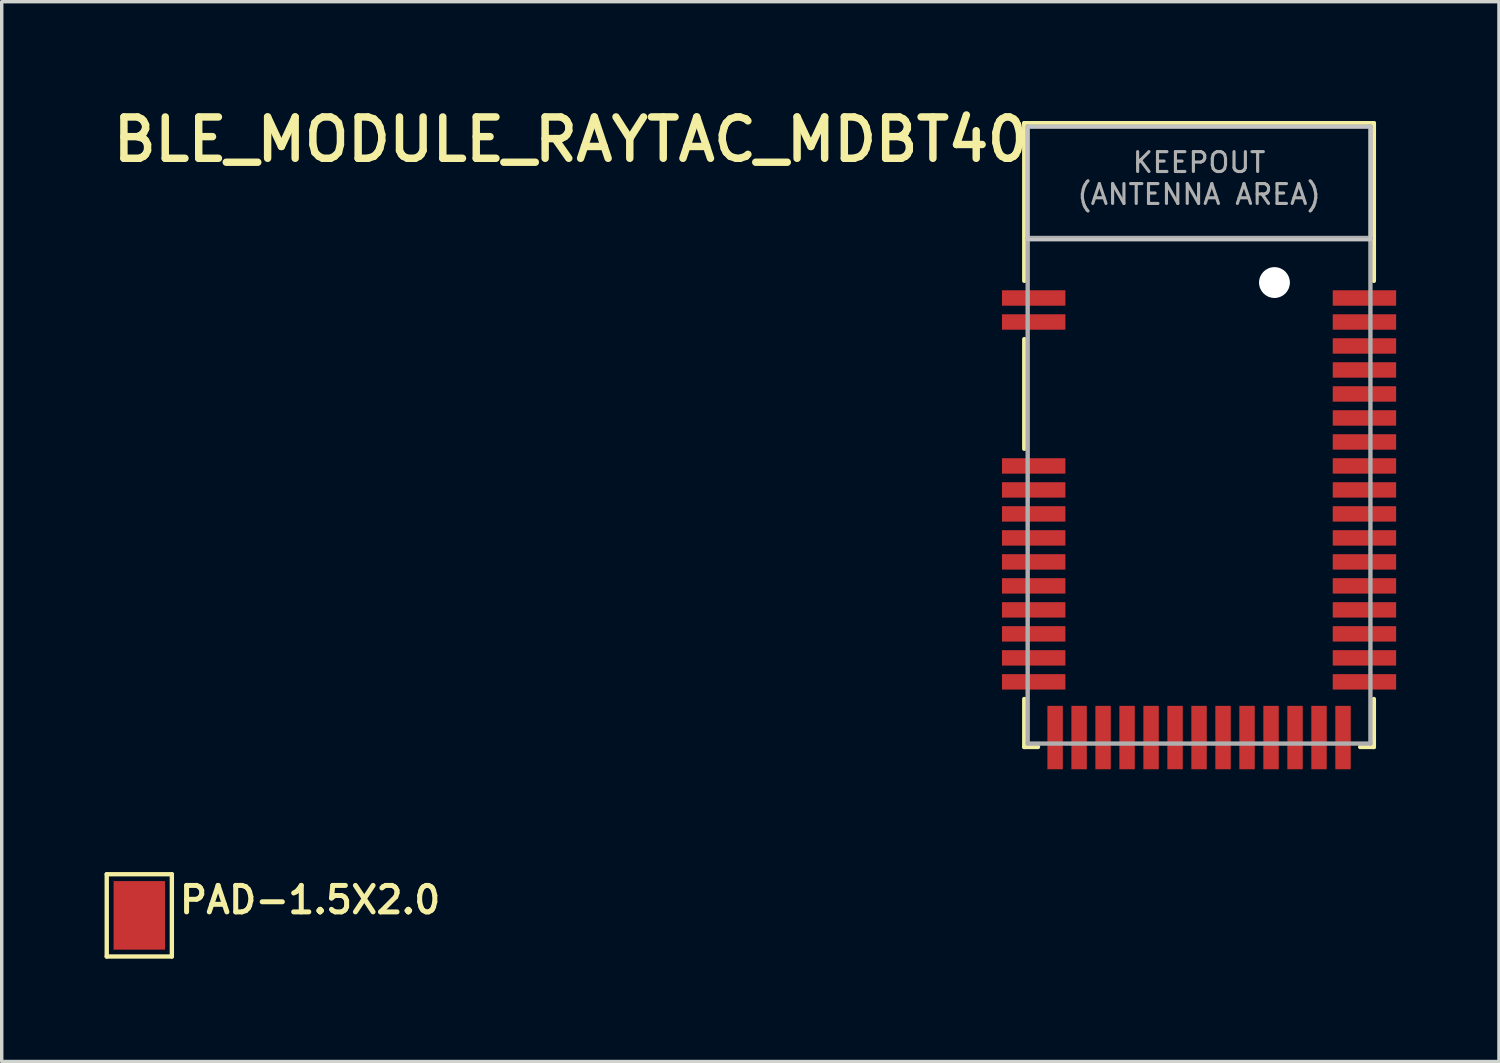
<source format=kicad_pcb>
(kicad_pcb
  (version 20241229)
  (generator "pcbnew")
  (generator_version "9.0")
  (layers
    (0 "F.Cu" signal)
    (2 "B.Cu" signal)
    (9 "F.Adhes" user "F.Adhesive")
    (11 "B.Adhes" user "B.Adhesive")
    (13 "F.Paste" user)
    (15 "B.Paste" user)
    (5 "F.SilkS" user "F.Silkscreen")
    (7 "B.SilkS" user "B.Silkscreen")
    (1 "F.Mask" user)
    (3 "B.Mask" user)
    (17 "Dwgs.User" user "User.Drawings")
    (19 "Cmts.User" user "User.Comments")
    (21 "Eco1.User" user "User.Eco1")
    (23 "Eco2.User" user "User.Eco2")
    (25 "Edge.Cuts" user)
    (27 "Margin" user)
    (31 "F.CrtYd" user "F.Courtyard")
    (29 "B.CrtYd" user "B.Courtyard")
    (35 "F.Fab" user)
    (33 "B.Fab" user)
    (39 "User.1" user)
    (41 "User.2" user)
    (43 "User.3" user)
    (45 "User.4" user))
  (footprint "PAD-1.5X2.0"
    (layer "F.Cu")
    (at 1.014 23.657)
    (property "Reference" "PAD-1.5X2.0" (at 1.1 0 0) (layer "F.SilkS") (effects (font (size 0.772 0.772) (thickness 0.146)) (justify left bottom)))
    (attr through_hole)
    (fp_line (start -0.95 -1.2) (end 0.95 -1.2) (stroke (width 0.127) (type solid)) (layer "F.SilkS"))
    (fp_line (start -0.95 1.2) (end -0.95 -1.2) (stroke (width 0.127) (type solid)) (layer "F.SilkS"))
    (fp_line (start 0.95 -1.2) (end 0.95 1.2) (stroke (width 0.127) (type solid)) (layer "F.SilkS"))
    (fp_line (start 0.95 1.2) (end -0.95 1.2) (stroke (width 0.127) (type solid)) (layer "F.SilkS"))
    (pad "P$1" smd rect (at 0 0) (size 1.5 2) (layers "F.Cu" "F.Mask")))
  (footprint "BLE_MODULE_RAYTAC_MDBT40"
    (layer "F.Cu")
    (at 31.934 9.644)
    (property "Reference" "BLE_MODULE_RAYTAC_MDBT40" (at -4.866 -9.328 180) (layer "F.SilkS") (effects (font (size 1.206 1.206) (thickness 0.217)) (justify right top)))
    (attr through_hole)
    (fp_line (start -5.1 -9.1) (end 5.1 -9.1) (stroke (width 0.127) (type solid)) (layer "F.SilkS"))
    (fp_line (start -5.1 -4.5) (end -5.1 -9.1) (stroke (width 0.127) (type solid)) (layer "F.SilkS"))
    (fp_line (start -5.1 -2.8) (end -5.1 0.4) (stroke (width 0.127) (type solid)) (layer "F.SilkS"))
    (fp_line (start -5.1 7.7) (end -5.1 9.1) (stroke (width 0.127) (type solid)) (layer "F.SilkS"))
    (fp_line (start -5.1 9.1) (end -4.7 9.1) (stroke (width 0.127) (type solid)) (layer "F.SilkS"))
    (fp_line (start 4.7 9.1) (end 5.1 9.1) (stroke (width 0.127) (type solid)) (layer "F.SilkS"))
    (fp_line (start 5.1 -9.1) (end 5.1 -4.5) (stroke (width 0.127) (type solid)) (layer "F.SilkS"))
    (fp_line (start 5.1 9.1) (end 5.1 7.7) (stroke (width 0.127) (type solid)) (layer "F.SilkS"))
    (fp_poly (pts (xy -5 -5.7) (xy 5 -5.7) (xy 5 -9) (xy -5 -9)) (stroke (width 0.1) (type solid)) (fill no) (layer "Dwgs.User"))
    (fp_line (start -5 -9) (end 5 -9) (stroke (width 0.127) (type solid)) (layer "F.Fab"))
    (fp_line (start -5 -5.75) (end -5 -9) (stroke (width 0.127) (type solid)) (layer "F.Fab"))
    (fp_line (start -5 -5.75) (end 5 -5.75) (stroke (width 0.127) (type solid)) (layer "F.Fab"))
    (fp_line (start -5 9) (end -5 -5.75) (stroke (width 0.127) (type solid)) (layer "F.Fab"))
    (fp_line (start 5 -9) (end 5 -5.75) (stroke (width 0.127) (type solid)) (layer "F.Fab"))
    (fp_line (start 5 -5.75) (end 5 9) (stroke (width 0.127) (type solid)) (layer "F.Fab"))
    (fp_line (start 5 9) (end -5 9) (stroke (width 0.127) (type solid)) (layer "F.Fab"))
    (fp_text user "KEEPOUT\n(ANTENNA AREA)" (at 0 -7.488 0) (layer "F.Fab") (effects (font (size 0.579 0.579) (thickness 0.091))))
    (pad "" np_thru_hole circle (at 2.2 -4.45) (size 0.9 0.9) (drill 0.9) (layers "*.Cu" "*.Mask"))
    (pad "1" smd rect (at -4.825 -4) (size 1.85 0.45) (layers "F.Cu" "F.Mask" "F.Paste"))
    (pad "2" smd rect (at -4.825 -3.3) (size 1.85 0.45) (layers "F.Cu" "F.Mask" "F.Paste"))
    (pad "3" smd rect (at -4.825 0.9) (size 1.85 0.45) (layers "F.Cu" "F.Mask" "F.Paste"))
    (pad "4" smd rect (at -4.825 1.6) (size 1.85 0.45) (layers "F.Cu" "F.Mask" "F.Paste"))
    (pad "5" smd rect (at -4.825 2.3) (size 1.85 0.45) (layers "F.Cu" "F.Mask" "F.Paste"))
    (pad "6" smd rect (at -4.825 3) (size 1.85 0.45) (layers "F.Cu" "F.Mask" "F.Paste"))
    (pad "7" smd rect (at -4.825 3.7) (size 1.85 0.45) (layers "F.Cu" "F.Mask" "F.Paste"))
    (pad "8" smd rect (at -4.825 4.4) (size 1.85 0.45) (layers "F.Cu" "F.Mask" "F.Paste"))
    (pad "9" smd rect (at -4.825 5.1) (size 1.85 0.45) (layers "F.Cu" "F.Mask" "F.Paste"))
    (pad "10" smd rect (at -4.825 5.8) (size 1.85 0.45) (layers "F.Cu" "F.Mask" "F.Paste"))
    (pad "11" smd rect (at -4.825 6.5) (size 1.85 0.45) (layers "F.Cu" "F.Mask" "F.Paste"))
    (pad "12" smd rect (at -4.825 7.2) (size 1.85 0.45) (layers "F.Cu" "F.Mask" "F.Paste"))
    (pad "13" smd rect (at -4.2 8.825 90) (size 1.85 0.45) (layers "F.Cu" "F.Mask" "F.Paste"))
    (pad "14" smd rect (at -3.5 8.825 90) (size 1.85 0.45) (layers "F.Cu" "F.Mask" "F.Paste"))
    (pad "15" smd rect (at -2.8 8.825 90) (size 1.85 0.45) (layers "F.Cu" "F.Mask" "F.Paste"))
    (pad "16" smd rect (at -2.1 8.825 90) (size 1.85 0.45) (layers "F.Cu" "F.Mask" "F.Paste"))
    (pad "17" smd rect (at -1.4 8.825 90) (size 1.85 0.45) (layers "F.Cu" "F.Mask" "F.Paste"))
    (pad "18" smd rect (at -0.7 8.825 90) (size 1.85 0.45) (layers "F.Cu" "F.Mask" "F.Paste"))
    (pad "19" smd rect (at 0 8.825 90) (size 1.85 0.45) (layers "F.Cu" "F.Mask" "F.Paste"))
    (pad "20" smd rect (at 0.7 8.825 90) (size 1.85 0.45) (layers "F.Cu" "F.Mask" "F.Paste"))
    (pad "21" smd rect (at 1.4 8.825 90) (size 1.85 0.45) (layers "F.Cu" "F.Mask" "F.Paste"))
    (pad "22" smd rect (at 2.1 8.825 90) (size 1.85 0.45) (layers "F.Cu" "F.Mask" "F.Paste"))
    (pad "23" smd rect (at 2.8 8.825 90) (size 1.85 0.45) (layers "F.Cu" "F.Mask" "F.Paste"))
    (pad "24" smd rect (at 3.5 8.825 90) (size 1.85 0.45) (layers "F.Cu" "F.Mask" "F.Paste"))
    (pad "25" smd rect (at 4.2 8.825 90) (size 1.85 0.45) (layers "F.Cu" "F.Mask" "F.Paste"))
    (pad "26" smd rect (at 4.825 7.2) (size 1.85 0.45) (layers "F.Cu" "F.Mask" "F.Paste"))
    (pad "27" smd rect (at 4.825 6.5) (size 1.85 0.45) (layers "F.Cu" "F.Mask" "F.Paste"))
    (pad "28" smd rect (at 4.825 5.8) (size 1.85 0.45) (layers "F.Cu" "F.Mask" "F.Paste"))
    (pad "29" smd rect (at 4.825 5.1) (size 1.85 0.45) (layers "F.Cu" "F.Mask" "F.Paste"))
    (pad "30" smd rect (at 4.825 4.4) (size 1.85 0.45) (layers "F.Cu" "F.Mask" "F.Paste"))
    (pad "31" smd rect (at 4.825 3.7) (size 1.85 0.45) (layers "F.Cu" "F.Mask" "F.Paste"))
    (pad "32" smd rect (at 4.825 3) (size 1.85 0.45) (layers "F.Cu" "F.Mask" "F.Paste"))
    (pad "33" smd rect (at 4.825 2.3) (size 1.85 0.45) (layers "F.Cu" "F.Mask" "F.Paste"))
    (pad "34" smd rect (at 4.825 1.6) (size 1.85 0.45) (layers "F.Cu" "F.Mask" "F.Paste"))
    (pad "35" smd rect (at 4.825 0.9) (size 1.85 0.45) (layers "F.Cu" "F.Mask" "F.Paste"))
    (pad "36" smd rect (at 4.825 0.2) (size 1.85 0.45) (layers "F.Cu" "F.Mask" "F.Paste"))
    (pad "37" smd rect (at 4.825 -0.5) (size 1.85 0.45) (layers "F.Cu" "F.Mask" "F.Paste"))
    (pad "38" smd rect (at 4.825 -1.2) (size 1.85 0.45) (layers "F.Cu" "F.Mask" "F.Paste"))
    (pad "39" smd rect (at 4.825 -1.9) (size 1.85 0.45) (layers "F.Cu" "F.Mask" "F.Paste"))
    (pad "40" smd rect (at 4.825 -2.6) (size 1.85 0.45) (layers "F.Cu" "F.Mask" "F.Paste"))
    (pad "41" smd rect (at 4.825 -3.3) (size 1.85 0.45) (layers "F.Cu" "F.Mask" "F.Paste"))
    (pad "42" smd rect (at 4.825 -4) (size 1.85 0.45) (layers "F.Cu" "F.Mask" "F.Paste")))
  (gr_rect
    (start -3 -3)
    (end 40.684 27.921)
    (stroke (width 0.1) (type default))
    (fill no)
    (layer "Edge.Cuts")))
</source>
